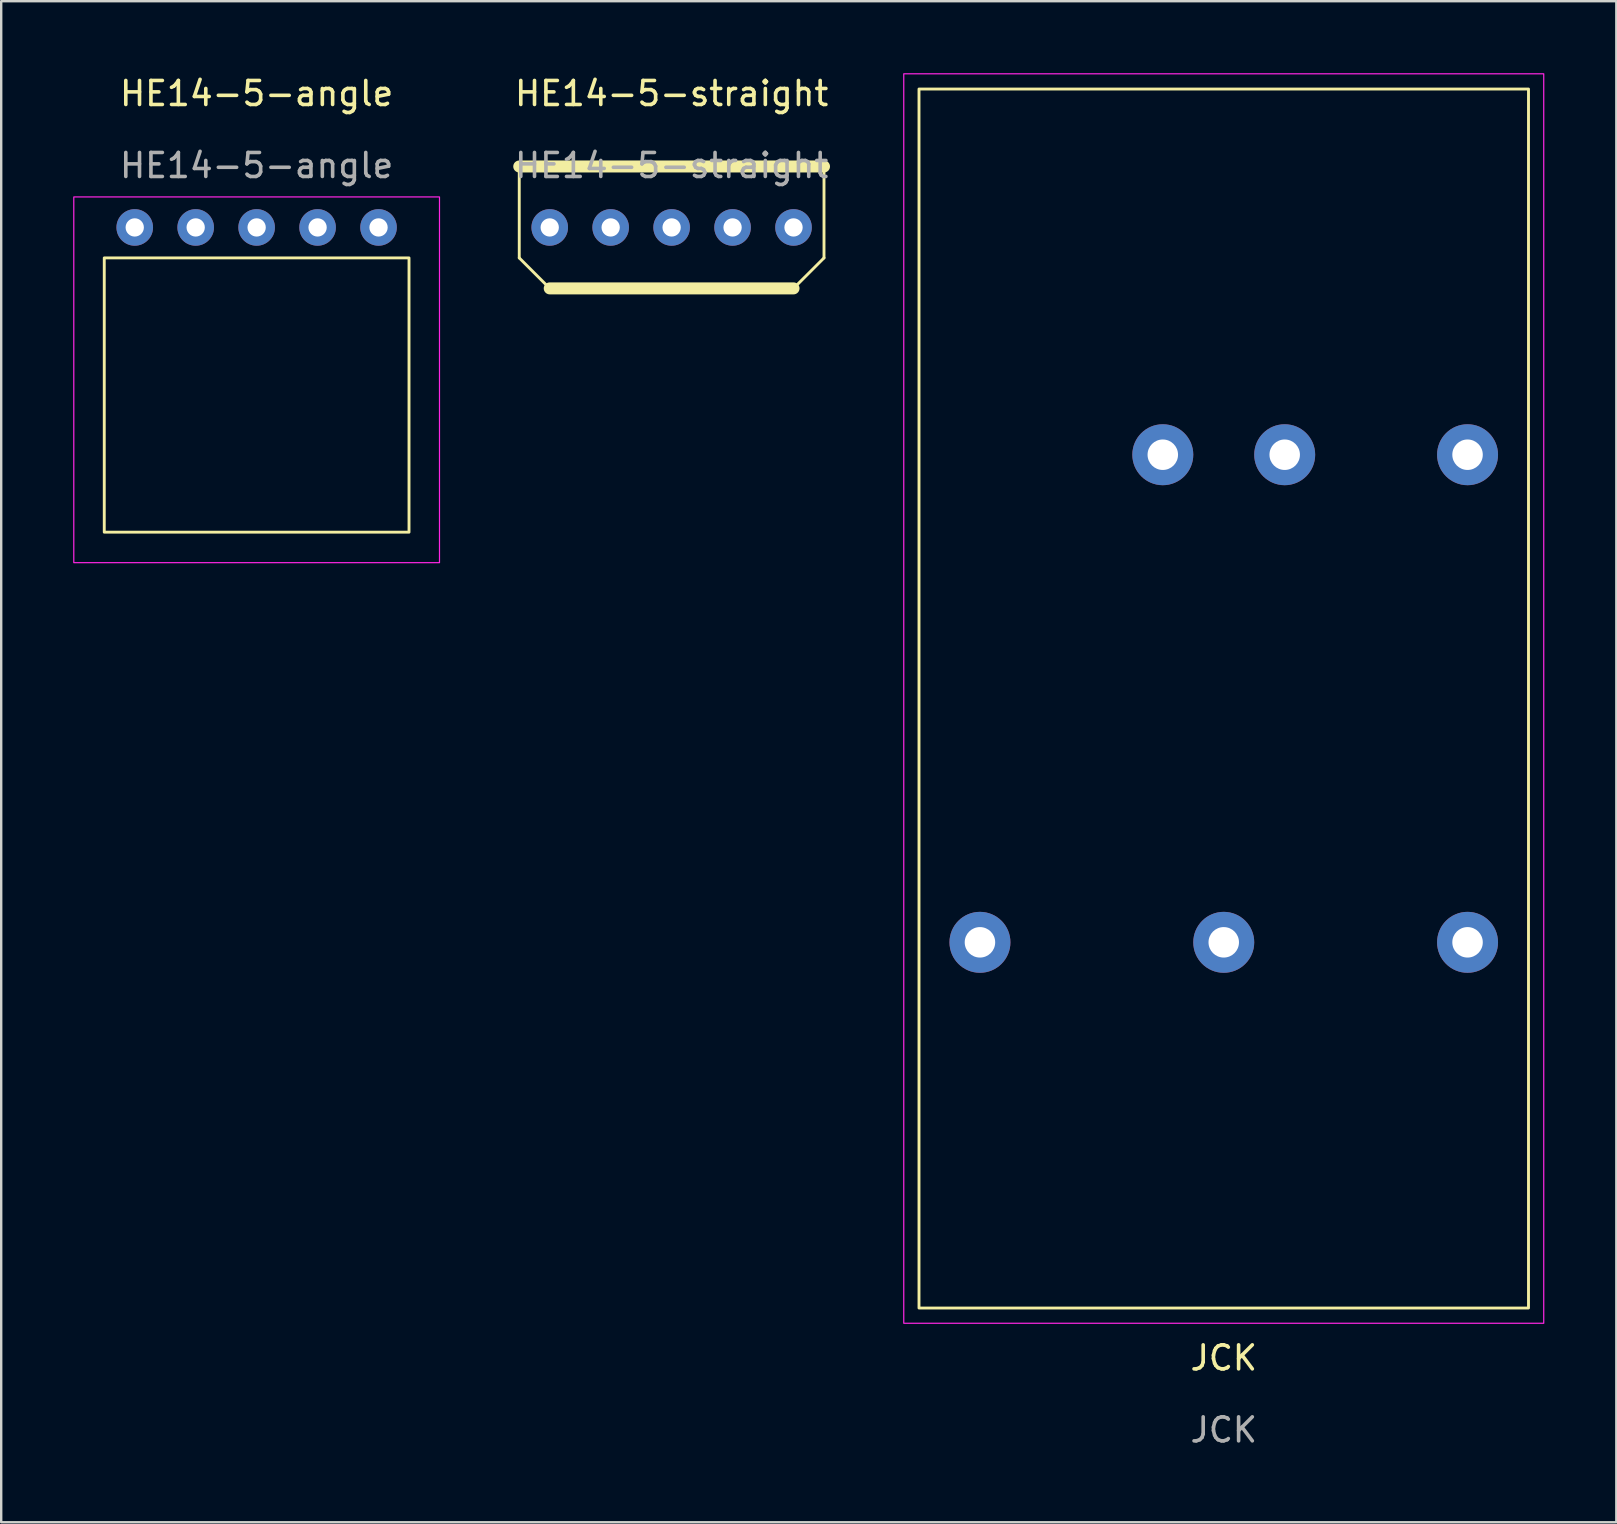
<source format=kicad_pcb>
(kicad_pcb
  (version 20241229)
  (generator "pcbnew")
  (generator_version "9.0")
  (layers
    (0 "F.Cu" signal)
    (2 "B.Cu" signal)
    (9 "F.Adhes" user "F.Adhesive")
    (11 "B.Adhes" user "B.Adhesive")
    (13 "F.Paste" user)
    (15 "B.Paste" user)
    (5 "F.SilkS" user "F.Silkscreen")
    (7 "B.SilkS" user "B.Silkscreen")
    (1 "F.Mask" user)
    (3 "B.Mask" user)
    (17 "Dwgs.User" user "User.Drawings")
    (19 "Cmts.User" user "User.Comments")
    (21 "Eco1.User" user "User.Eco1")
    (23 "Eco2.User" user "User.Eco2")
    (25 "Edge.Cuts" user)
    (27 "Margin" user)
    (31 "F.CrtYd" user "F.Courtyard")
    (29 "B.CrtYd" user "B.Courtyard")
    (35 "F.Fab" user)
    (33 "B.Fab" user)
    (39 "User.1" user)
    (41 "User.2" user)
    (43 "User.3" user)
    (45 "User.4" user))
  (footprint "HE14-5-straight"
    (layer "F.Cu")
    (at 24.939 1.348)
    (property "Reference" "HE14-5-straight" (at 0 -0.5 0) (unlocked yes) (layer "F.SilkS") (effects (font (size 1 1) (thickness 0.15))))
    (attr through_hole)
    (fp_line (start -6.35 2.54) (end 6.35 2.54) (stroke (width 0.5) (type solid)) (layer "F.SilkS"))
    (fp_line (start -6.35 6.35) (end -6.35 2.54) (stroke (width 0.12) (type solid)) (layer "F.SilkS"))
    (fp_line (start -5.08 7.62) (end -6.35 6.35) (stroke (width 0.12) (type solid)) (layer "F.SilkS"))
    (fp_line (start -5.08 7.62) (end 5.08 7.62) (stroke (width 0.5) (type solid)) (layer "F.SilkS"))
    (fp_line (start 6.35 2.54) (end 6.35 6.35) (stroke (width 0.12) (type solid)) (layer "F.SilkS"))
    (fp_line (start 6.35 6.35) (end 5.08 7.62) (stroke (width 0.12) (type solid)) (layer "F.SilkS"))
    (fp_text user "${REFERENCE}" (at 0 2.5 0) (unlocked yes) (layer "F.Fab") (effects (font (size 1 1) (thickness 0.15))))
    (pad "1" thru_hole circle (at -5.08 5.08) (size 1.524 1.524) (drill 0.762) (layers "*.Cu" "*.Mask"))
    (pad "2" thru_hole circle (at -2.54 5.08) (size 1.524 1.524) (drill 0.762) (layers "*.Cu" "*.Mask"))
    (pad "3" thru_hole circle (at 0 5.08) (size 1.524 1.524) (drill 0.762) (layers "*.Cu" "*.Mask"))
    (pad "4" thru_hole circle (at 2.54 5.08) (size 1.524 1.524) (drill 0.762) (layers "*.Cu" "*.Mask"))
    (pad "5" thru_hole circle (at 5.08 5.08) (size 1.524 1.524) (drill 0.762) (layers "*.Cu" "*.Mask")))
  (footprint "HE14-5-angle"
    (layer "F.Cu")
    (at 7.645 1.348)
    (property "Reference" "HE14-5-angle" (at 0 -0.5 0) (unlocked yes) (layer "F.SilkS") (effects (font (size 1 1) (thickness 0.15))))
    (attr through_hole)
    (fp_rect (start -6.35 6.35) (end 6.35 17.78) (stroke (width 0.12) (type solid)) (fill no) (layer "F.SilkS"))
    (fp_rect (start -7.62 3.81) (end 7.62 19.05) (stroke (width 0.05) (type solid)) (fill no) (layer "F.CrtYd"))
    (fp_text user "${REFERENCE}" (at 0 2.5 0) (unlocked yes) (layer "F.Fab") (effects (font (size 1 1) (thickness 0.15))))
    (pad "1" thru_hole circle (at -5.08 5.08) (size 1.524 1.524) (drill 0.762) (layers "*.Cu" "*.Mask"))
    (pad "2" thru_hole circle (at -2.54 5.08) (size 1.524 1.524) (drill 0.762) (layers "*.Cu" "*.Mask"))
    (pad "3" thru_hole circle (at 0 5.08) (size 1.524 1.524) (drill 0.762) (layers "*.Cu" "*.Mask"))
    (pad "4" thru_hole circle (at 2.54 5.08) (size 1.524 1.524) (drill 0.762) (layers "*.Cu" "*.Mask"))
    (pad "5" thru_hole circle (at 5.08 5.08) (size 1.524 1.524) (drill 0.762) (layers "*.Cu" "*.Mask")))
  (footprint "JCK"
    (layer "F.Cu")
    (at 47.948 26.06)
    (property "Reference" "JCK" (at 0 27.48 0) (unlocked yes) (layer "F.SilkS") (effects (font (size 1 1) (thickness 0.15))))
    (attr through_hole)
    (fp_rect (start 12.7 25.4) (end -12.7 -25.4) (stroke (width 0.12) (type solid)) (fill no) (layer "F.SilkS"))
    (fp_rect (start -13.335 -26.035) (end 13.335 26.035) (stroke (width 0.05) (type solid)) (fill no) (layer "F.CrtYd"))
    (fp_text user "${REFERENCE}" (at 0 30.48 0) (unlocked yes) (layer "F.Fab") (effects (font (size 1 1) (thickness 0.15))))
    (pad "1" thru_hole circle (at -2.54 -10.16 180) (size 2.54 2.54) (drill 1.27) (layers "*.Cu" "*.Mask"))
    (pad "2" thru_hole circle (at 2.54 -10.16 180) (size 2.54 2.54) (drill 1.27) (layers "*.Cu" "*.Mask"))
    (pad "3" thru_hole circle (at -10.16 10.16 180) (size 2.54 2.54) (drill 1.27) (layers "*.Cu" "*.Mask"))
    (pad "4" thru_hole circle (at 0 10.16 180) (size 2.54 2.54) (drill 1.27) (layers "*.Cu" "*.Mask"))
    (pad "5" thru_hole circle (at 10.16 10.16 180) (size 2.54 2.54) (drill 1.27) (layers "*.Cu" "*.Mask"))
    (pad "6" thru_hole circle (at 10.16 -10.16 180) (size 2.54 2.54) (drill 1.27) (layers "*.Cu" "*.Mask")))
  (gr_rect
    (start -3 -3)
    (end 64.308 60.388)
    (stroke (width 0.1) (type default))
    (fill no)
    (layer "Edge.Cuts")))
</source>
